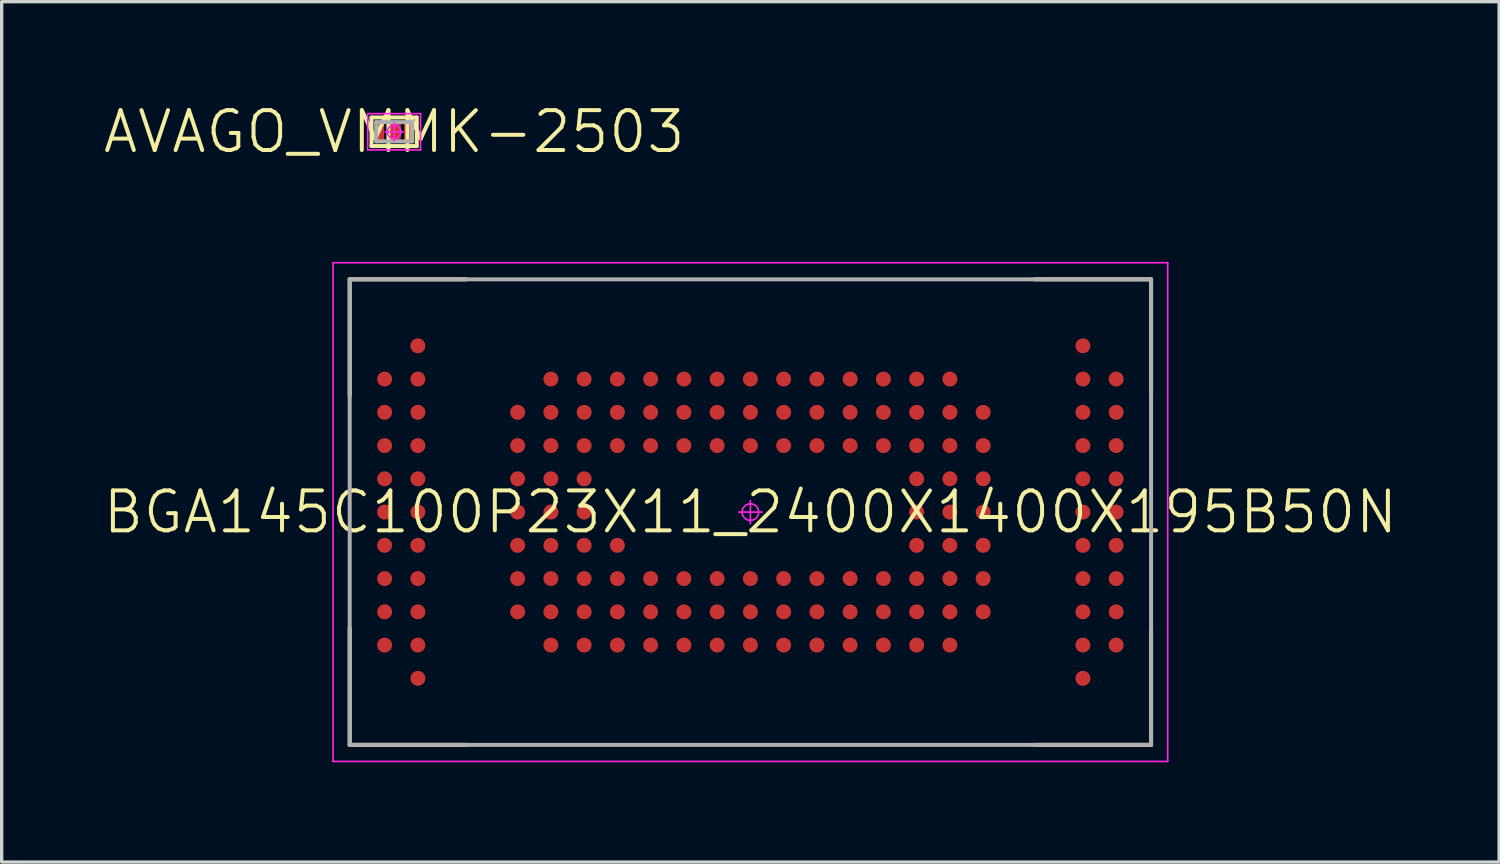
<source format=kicad_pcb>
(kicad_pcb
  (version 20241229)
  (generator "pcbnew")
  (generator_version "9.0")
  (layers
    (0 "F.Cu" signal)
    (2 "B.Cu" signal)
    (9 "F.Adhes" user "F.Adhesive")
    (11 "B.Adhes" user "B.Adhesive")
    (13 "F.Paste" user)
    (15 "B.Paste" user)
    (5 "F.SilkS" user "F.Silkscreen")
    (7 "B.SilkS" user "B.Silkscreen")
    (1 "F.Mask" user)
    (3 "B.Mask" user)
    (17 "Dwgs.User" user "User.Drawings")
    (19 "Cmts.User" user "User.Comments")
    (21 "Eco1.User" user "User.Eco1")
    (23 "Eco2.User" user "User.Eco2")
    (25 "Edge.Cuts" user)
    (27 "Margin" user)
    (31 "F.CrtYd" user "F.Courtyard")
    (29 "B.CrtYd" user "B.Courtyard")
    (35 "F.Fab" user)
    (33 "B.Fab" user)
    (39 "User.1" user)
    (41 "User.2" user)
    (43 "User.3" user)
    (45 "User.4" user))
  (footprint "BGA145C100P23X11_2400X1400X195B50N"
    (layer "F.Cu")
    (at 19.517 12.35)
    (property "Reference" "BGA145C100P23X11_2400X1400X195B50N" (at 0 0 0) (layer "F.SilkS") (effects (font (size 1.2 1.2) (thickness 0.12))))
    (attr smd)
    (fp_line (start -12.05 -7) (end -12.05 -3.5) (stroke (width 0.12) (type solid)) (layer "F.SilkS"))
    (fp_line (start -12.05 7) (end -12.05 3.5) (stroke (width 0.12) (type solid)) (layer "F.SilkS"))
    (fp_line (start -8.55 -7) (end -12.05 -7) (stroke (width 0.12) (type solid)) (layer "F.SilkS"))
    (fp_line (start -8.55 7) (end -12.05 7) (stroke (width 0.12) (type solid)) (layer "F.SilkS"))
    (fp_line (start 8.55 -7) (end 12.05 -7) (stroke (width 0.12) (type solid)) (layer "F.SilkS"))
    (fp_line (start 8.55 7) (end 12.05 7) (stroke (width 0.12) (type solid)) (layer "F.SilkS"))
    (fp_line (start 12.05 -7) (end 12.05 -3.5) (stroke (width 0.12) (type solid)) (layer "F.SilkS"))
    (fp_line (start 12.05 7) (end 12.05 3.5) (stroke (width 0.12) (type solid)) (layer "F.SilkS"))
    (fp_line (start -12.55 -7.5) (end 12.55 -7.5) (stroke (width 0.05) (type solid)) (layer "F.CrtYd"))
    (fp_line (start -12.55 7.5) (end -12.55 -7.5) (stroke (width 0.05) (type solid)) (layer "F.CrtYd"))
    (fp_line (start -0.35 0) (end 0.35 0) (stroke (width 0.05) (type solid)) (layer "F.CrtYd"))
    (fp_line (start 0 -0.35) (end 0 0.35) (stroke (width 0.05) (type solid)) (layer "F.CrtYd"))
    (fp_line (start 12.55 -7.5) (end 12.55 7.5) (stroke (width 0.05) (type solid)) (layer "F.CrtYd"))
    (fp_line (start 12.55 7.5) (end -12.55 7.5) (stroke (width 0.05) (type solid)) (layer "F.CrtYd"))
    (fp_circle (center 0 0) (end 0 0.25) (stroke (width 0.05) (type solid)) (fill no) (layer "F.CrtYd"))
    (fp_line (start -12.05 -7) (end 12.05 -7) (stroke (width 0.12) (type solid)) (layer "F.Fab"))
    (fp_line (start -12.05 7) (end -12.05 -7) (stroke (width 0.12) (type solid)) (layer "F.Fab"))
    (fp_line (start 12.05 -7) (end 12.05 7) (stroke (width 0.12) (type solid)) (layer "F.Fab"))
    (fp_line (start 12.05 7) (end -12.05 7) (stroke (width 0.12) (type solid)) (layer "F.Fab"))
    (pad "A2" smd circle (at -11 4) (size 0.45 0.45) (layers "F.Cu" "F.Mask" "F.Paste"))
    (pad "A3" smd circle (at -11 3) (size 0.45 0.45) (layers "F.Cu" "F.Mask" "F.Paste"))
    (pad "A4" smd circle (at -11 2) (size 0.45 0.45) (layers "F.Cu" "F.Mask" "F.Paste"))
    (pad "A5" smd circle (at -11 1) (size 0.45 0.45) (layers "F.Cu" "F.Mask" "F.Paste"))
    (pad "A6" smd circle (at -11 0) (size 0.45 0.45) (layers "F.Cu" "F.Mask" "F.Paste"))
    (pad "A7" smd circle (at -11 -1) (size 0.45 0.45) (layers "F.Cu" "F.Mask" "F.Paste"))
    (pad "A8" smd circle (at -11 -2) (size 0.45 0.45) (layers "F.Cu" "F.Mask" "F.Paste"))
    (pad "A9" smd circle (at -11 -3) (size 0.45 0.45) (layers "F.Cu" "F.Mask" "F.Paste"))
    (pad "A10" smd circle (at -11 -4) (size 0.45 0.45) (layers "F.Cu" "F.Mask" "F.Paste"))
    (pad "AB1" smd circle (at 10 5) (size 0.45 0.45) (layers "F.Cu" "F.Mask" "F.Paste"))
    (pad "AB2" smd circle (at 10 4) (size 0.45 0.45) (layers "F.Cu" "F.Mask" "F.Paste"))
    (pad "AB3" smd circle (at 10 3) (size 0.45 0.45) (layers "F.Cu" "F.Mask" "F.Paste"))
    (pad "AB4" smd circle (at 10 2) (size 0.45 0.45) (layers "F.Cu" "F.Mask" "F.Paste"))
    (pad "AB5" smd circle (at 10 1) (size 0.45 0.45) (layers "F.Cu" "F.Mask" "F.Paste"))
    (pad "AB6" smd circle (at 10 0) (size 0.45 0.45) (layers "F.Cu" "F.Mask" "F.Paste"))
    (pad "AB7" smd circle (at 10 -1) (size 0.45 0.45) (layers "F.Cu" "F.Mask" "F.Paste"))
    (pad "AB8" smd circle (at 10 -2) (size 0.45 0.45) (layers "F.Cu" "F.Mask" "F.Paste"))
    (pad "AB9" smd circle (at 10 -3) (size 0.45 0.45) (layers "F.Cu" "F.Mask" "F.Paste"))
    (pad "AB10" smd circle (at 10 -4) (size 0.45 0.45) (layers "F.Cu" "F.Mask" "F.Paste"))
    (pad "AB11" smd circle (at 10 -5) (size 0.45 0.45) (layers "F.Cu" "F.Mask" "F.Paste"))
    (pad "AC2" smd circle (at 11 4) (size 0.45 0.45) (layers "F.Cu" "F.Mask" "F.Paste"))
    (pad "AC3" smd circle (at 11 3) (size 0.45 0.45) (layers "F.Cu" "F.Mask" "F.Paste"))
    (pad "AC4" smd circle (at 11 2) (size 0.45 0.45) (layers "F.Cu" "F.Mask" "F.Paste"))
    (pad "AC5" smd circle (at 11 1) (size 0.45 0.45) (layers "F.Cu" "F.Mask" "F.Paste"))
    (pad "AC6" smd circle (at 11 0) (size 0.45 0.45) (layers "F.Cu" "F.Mask" "F.Paste"))
    (pad "AC7" smd circle (at 11 -1) (size 0.45 0.45) (layers "F.Cu" "F.Mask" "F.Paste"))
    (pad "AC8" smd circle (at 11 -2) (size 0.45 0.45) (layers "F.Cu" "F.Mask" "F.Paste"))
    (pad "AC9" smd circle (at 11 -3) (size 0.45 0.45) (layers "F.Cu" "F.Mask" "F.Paste"))
    (pad "AC10" smd circle (at 11 -4) (size 0.45 0.45) (layers "F.Cu" "F.Mask" "F.Paste"))
    (pad "B1" smd circle (at -10 5) (size 0.45 0.45) (layers "F.Cu" "F.Mask" "F.Paste"))
    (pad "B2" smd circle (at -10 4) (size 0.45 0.45) (layers "F.Cu" "F.Mask" "F.Paste"))
    (pad "B3" smd circle (at -10 3) (size 0.45 0.45) (layers "F.Cu" "F.Mask" "F.Paste"))
    (pad "B4" smd circle (at -10 2) (size 0.45 0.45) (layers "F.Cu" "F.Mask" "F.Paste"))
    (pad "B5" smd circle (at -10 1) (size 0.45 0.45) (layers "F.Cu" "F.Mask" "F.Paste"))
    (pad "B6" smd circle (at -10 0) (size 0.45 0.45) (layers "F.Cu" "F.Mask" "F.Paste"))
    (pad "B7" smd circle (at -10 -1) (size 0.45 0.45) (layers "F.Cu" "F.Mask" "F.Paste"))
    (pad "B8" smd circle (at -10 -2) (size 0.45 0.45) (layers "F.Cu" "F.Mask" "F.Paste"))
    (pad "B9" smd circle (at -10 -3) (size 0.45 0.45) (layers "F.Cu" "F.Mask" "F.Paste"))
    (pad "B10" smd circle (at -10 -4) (size 0.45 0.45) (layers "F.Cu" "F.Mask" "F.Paste"))
    (pad "B11" smd circle (at -10 -5) (size 0.45 0.45) (layers "F.Cu" "F.Mask" "F.Paste"))
    (pad "E3" smd circle (at -7 3) (size 0.45 0.45) (layers "F.Cu" "F.Mask" "F.Paste"))
    (pad "E4" smd circle (at -7 2) (size 0.45 0.45) (layers "F.Cu" "F.Mask" "F.Paste"))
    (pad "E5" smd circle (at -7 1) (size 0.45 0.45) (layers "F.Cu" "F.Mask" "F.Paste"))
    (pad "E6" smd circle (at -7 0) (size 0.45 0.45) (layers "F.Cu" "F.Mask" "F.Paste"))
    (pad "E7" smd circle (at -7 -1) (size 0.45 0.45) (layers "F.Cu" "F.Mask" "F.Paste"))
    (pad "E8" smd circle (at -7 -2) (size 0.45 0.45) (layers "F.Cu" "F.Mask" "F.Paste"))
    (pad "E9" smd circle (at -7 -3) (size 0.45 0.45) (layers "F.Cu" "F.Mask" "F.Paste"))
    (pad "F2" smd circle (at -6 4) (size 0.45 0.45) (layers "F.Cu" "F.Mask" "F.Paste"))
    (pad "F3" smd circle (at -6 3) (size 0.45 0.45) (layers "F.Cu" "F.Mask" "F.Paste"))
    (pad "F4" smd circle (at -6 2) (size 0.45 0.45) (layers "F.Cu" "F.Mask" "F.Paste"))
    (pad "F5" smd circle (at -6 1) (size 0.45 0.45) (layers "F.Cu" "F.Mask" "F.Paste"))
    (pad "F6" smd circle (at -6 0) (size 0.45 0.45) (layers "F.Cu" "F.Mask" "F.Paste"))
    (pad "F7" smd circle (at -6 -1) (size 0.45 0.45) (layers "F.Cu" "F.Mask" "F.Paste"))
    (pad "F8" smd circle (at -6 -2) (size 0.45 0.45) (layers "F.Cu" "F.Mask" "F.Paste"))
    (pad "F9" smd circle (at -6 -3) (size 0.45 0.45) (layers "F.Cu" "F.Mask" "F.Paste"))
    (pad "F10" smd circle (at -6 -4) (size 0.45 0.45) (layers "F.Cu" "F.Mask" "F.Paste"))
    (pad "G2" smd circle (at -5 4) (size 0.45 0.45) (layers "F.Cu" "F.Mask" "F.Paste"))
    (pad "G3" smd circle (at -5 3) (size 0.45 0.45) (layers "F.Cu" "F.Mask" "F.Paste"))
    (pad "G4" smd circle (at -5 2) (size 0.45 0.45) (layers "F.Cu" "F.Mask" "F.Paste"))
    (pad "G5" smd circle (at -5 1) (size 0.45 0.45) (layers "F.Cu" "F.Mask" "F.Paste"))
    (pad "G6" smd circle (at -5 0) (size 0.45 0.45) (layers "F.Cu" "F.Mask" "F.Paste"))
    (pad "G7" smd circle (at -5 -1) (size 0.45 0.45) (layers "F.Cu" "F.Mask" "F.Paste"))
    (pad "G8" smd circle (at -5 -2) (size 0.45 0.45) (layers "F.Cu" "F.Mask" "F.Paste"))
    (pad "G9" smd circle (at -5 -3) (size 0.45 0.45) (layers "F.Cu" "F.Mask" "F.Paste"))
    (pad "G10" smd circle (at -5 -4) (size 0.45 0.45) (layers "F.Cu" "F.Mask" "F.Paste"))
    (pad "H2" smd circle (at -4 4) (size 0.45 0.45) (layers "F.Cu" "F.Mask" "F.Paste"))
    (pad "H3" smd circle (at -4 3) (size 0.45 0.45) (layers "F.Cu" "F.Mask" "F.Paste"))
    (pad "H4" smd circle (at -4 2) (size 0.45 0.45) (layers "F.Cu" "F.Mask" "F.Paste"))
    (pad "H5" smd circle (at -4 1) (size 0.45 0.45) (layers "F.Cu" "F.Mask" "F.Paste"))
    (pad "H8" smd circle (at -4 -2) (size 0.45 0.45) (layers "F.Cu" "F.Mask" "F.Paste"))
    (pad "H9" smd circle (at -4 -3) (size 0.45 0.45) (layers "F.Cu" "F.Mask" "F.Paste"))
    (pad "H10" smd circle (at -4 -4) (size 0.45 0.45) (layers "F.Cu" "F.Mask" "F.Paste"))
    (pad "J2" smd circle (at -3 4) (size 0.45 0.45) (layers "F.Cu" "F.Mask" "F.Paste"))
    (pad "J3" smd circle (at -3 3) (size 0.45 0.45) (layers "F.Cu" "F.Mask" "F.Paste"))
    (pad "J4" smd circle (at -3 2) (size 0.45 0.45) (layers "F.Cu" "F.Mask" "F.Paste"))
    (pad "J8" smd circle (at -3 -2) (size 0.45 0.45) (layers "F.Cu" "F.Mask" "F.Paste"))
    (pad "J9" smd circle (at -3 -3) (size 0.45 0.45) (layers "F.Cu" "F.Mask" "F.Paste"))
    (pad "J10" smd circle (at -3 -4) (size 0.45 0.45) (layers "F.Cu" "F.Mask" "F.Paste"))
    (pad "K2" smd circle (at -2 4) (size 0.45 0.45) (layers "F.Cu" "F.Mask" "F.Paste"))
    (pad "K3" smd circle (at -2 3) (size 0.45 0.45) (layers "F.Cu" "F.Mask" "F.Paste"))
    (pad "K4" smd circle (at -2 2) (size 0.45 0.45) (layers "F.Cu" "F.Mask" "F.Paste"))
    (pad "K8" smd circle (at -2 -2) (size 0.45 0.45) (layers "F.Cu" "F.Mask" "F.Paste"))
    (pad "K9" smd circle (at -2 -3) (size 0.45 0.45) (layers "F.Cu" "F.Mask" "F.Paste"))
    (pad "K10" smd circle (at -2 -4) (size 0.45 0.45) (layers "F.Cu" "F.Mask" "F.Paste"))
    (pad "L2" smd circle (at -1 4) (size 0.45 0.45) (layers "F.Cu" "F.Mask" "F.Paste"))
    (pad "L3" smd circle (at -1 3) (size 0.45 0.45) (layers "F.Cu" "F.Mask" "F.Paste"))
    (pad "L4" smd circle (at -1 2) (size 0.45 0.45) (layers "F.Cu" "F.Mask" "F.Paste"))
    (pad "L8" smd circle (at -1 -2) (size 0.45 0.45) (layers "F.Cu" "F.Mask" "F.Paste"))
    (pad "L9" smd circle (at -1 -3) (size 0.45 0.45) (layers "F.Cu" "F.Mask" "F.Paste"))
    (pad "L10" smd circle (at -1 -4) (size 0.45 0.45) (layers "F.Cu" "F.Mask" "F.Paste"))
    (pad "M2" smd circle (at 0 4) (size 0.45 0.45) (layers "F.Cu" "F.Mask" "F.Paste"))
    (pad "M3" smd circle (at 0 3) (size 0.45 0.45) (layers "F.Cu" "F.Mask" "F.Paste"))
    (pad "M4" smd circle (at 0 2) (size 0.45 0.45) (layers "F.Cu" "F.Mask" "F.Paste"))
    (pad "M8" smd circle (at 0 -2) (size 0.45 0.45) (layers "F.Cu" "F.Mask" "F.Paste"))
    (pad "M9" smd circle (at 0 -3) (size 0.45 0.45) (layers "F.Cu" "F.Mask" "F.Paste"))
    (pad "M10" smd circle (at 0 -4) (size 0.45 0.45) (layers "F.Cu" "F.Mask" "F.Paste"))
    (pad "N2" smd circle (at 1 4) (size 0.45 0.45) (layers "F.Cu" "F.Mask" "F.Paste"))
    (pad "N3" smd circle (at 1 3) (size 0.45 0.45) (layers "F.Cu" "F.Mask" "F.Paste"))
    (pad "N4" smd circle (at 1 2) (size 0.45 0.45) (layers "F.Cu" "F.Mask" "F.Paste"))
    (pad "N8" smd circle (at 1 -2) (size 0.45 0.45) (layers "F.Cu" "F.Mask" "F.Paste"))
    (pad "N9" smd circle (at 1 -3) (size 0.45 0.45) (layers "F.Cu" "F.Mask" "F.Paste"))
    (pad "N10" smd circle (at 1 -4) (size 0.45 0.45) (layers "F.Cu" "F.Mask" "F.Paste"))
    (pad "P2" smd circle (at 2 4) (size 0.45 0.45) (layers "F.Cu" "F.Mask" "F.Paste"))
    (pad "P3" smd circle (at 2 3) (size 0.45 0.45) (layers "F.Cu" "F.Mask" "F.Paste"))
    (pad "P4" smd circle (at 2 2) (size 0.45 0.45) (layers "F.Cu" "F.Mask" "F.Paste"))
    (pad "P8" smd circle (at 2 -2) (size 0.45 0.45) (layers "F.Cu" "F.Mask" "F.Paste"))
    (pad "P9" smd circle (at 2 -3) (size 0.45 0.45) (layers "F.Cu" "F.Mask" "F.Paste"))
    (pad "P10" smd circle (at 2 -4) (size 0.45 0.45) (layers "F.Cu" "F.Mask" "F.Paste"))
    (pad "R2" smd circle (at 3 4) (size 0.45 0.45) (layers "F.Cu" "F.Mask" "F.Paste"))
    (pad "R3" smd circle (at 3 3) (size 0.45 0.45) (layers "F.Cu" "F.Mask" "F.Paste"))
    (pad "R4" smd circle (at 3 2) (size 0.45 0.45) (layers "F.Cu" "F.Mask" "F.Paste"))
    (pad "R8" smd circle (at 3 -2) (size 0.45 0.45) (layers "F.Cu" "F.Mask" "F.Paste"))
    (pad "R9" smd circle (at 3 -3) (size 0.45 0.45) (layers "F.Cu" "F.Mask" "F.Paste"))
    (pad "R10" smd circle (at 3 -4) (size 0.45 0.45) (layers "F.Cu" "F.Mask" "F.Paste"))
    (pad "T2" smd circle (at 4 4) (size 0.45 0.45) (layers "F.Cu" "F.Mask" "F.Paste"))
    (pad "T3" smd circle (at 4 3) (size 0.45 0.45) (layers "F.Cu" "F.Mask" "F.Paste"))
    (pad "T4" smd circle (at 4 2) (size 0.45 0.45) (layers "F.Cu" "F.Mask" "F.Paste"))
    (pad "T8" smd circle (at 4 -2) (size 0.45 0.45) (layers "F.Cu" "F.Mask" "F.Paste"))
    (pad "T9" smd circle (at 4 -3) (size 0.45 0.45) (layers "F.Cu" "F.Mask" "F.Paste"))
    (pad "T10" smd circle (at 4 -4) (size 0.45 0.45) (layers "F.Cu" "F.Mask" "F.Paste"))
    (pad "U2" smd circle (at 5 4) (size 0.45 0.45) (layers "F.Cu" "F.Mask" "F.Paste"))
    (pad "U3" smd circle (at 5 3) (size 0.45 0.45) (layers "F.Cu" "F.Mask" "F.Paste"))
    (pad "U4" smd circle (at 5 2) (size 0.45 0.45) (layers "F.Cu" "F.Mask" "F.Paste"))
    (pad "U5" smd circle (at 5 1) (size 0.45 0.45) (layers "F.Cu" "F.Mask" "F.Paste"))
    (pad "U6" smd circle (at 5 0) (size 0.45 0.45) (layers "F.Cu" "F.Mask" "F.Paste"))
    (pad "U7" smd circle (at 5 -1) (size 0.45 0.45) (layers "F.Cu" "F.Mask" "F.Paste"))
    (pad "U8" smd circle (at 5 -2) (size 0.45 0.45) (layers "F.Cu" "F.Mask" "F.Paste"))
    (pad "U9" smd circle (at 5 -3) (size 0.45 0.45) (layers "F.Cu" "F.Mask" "F.Paste"))
    (pad "U10" smd circle (at 5 -4) (size 0.45 0.45) (layers "F.Cu" "F.Mask" "F.Paste"))
    (pad "V2" smd circle (at 6 4) (size 0.45 0.45) (layers "F.Cu" "F.Mask" "F.Paste"))
    (pad "V3" smd circle (at 6 3) (size 0.45 0.45) (layers "F.Cu" "F.Mask" "F.Paste"))
    (pad "V4" smd circle (at 6 2) (size 0.45 0.45) (layers "F.Cu" "F.Mask" "F.Paste"))
    (pad "V5" smd circle (at 6 1) (size 0.45 0.45) (layers "F.Cu" "F.Mask" "F.Paste"))
    (pad "V6" smd circle (at 6 0) (size 0.45 0.45) (layers "F.Cu" "F.Mask" "F.Paste"))
    (pad "V7" smd circle (at 6 -1) (size 0.45 0.45) (layers "F.Cu" "F.Mask" "F.Paste"))
    (pad "V8" smd circle (at 6 -2) (size 0.45 0.45) (layers "F.Cu" "F.Mask" "F.Paste"))
    (pad "V9" smd circle (at 6 -3) (size 0.45 0.45) (layers "F.Cu" "F.Mask" "F.Paste"))
    (pad "V10" smd circle (at 6 -4) (size 0.45 0.45) (layers "F.Cu" "F.Mask" "F.Paste"))
    (pad "W3" smd circle (at 7 3) (size 0.45 0.45) (layers "F.Cu" "F.Mask" "F.Paste"))
    (pad "W4" smd circle (at 7 2) (size 0.45 0.45) (layers "F.Cu" "F.Mask" "F.Paste"))
    (pad "W5" smd circle (at 7 1) (size 0.45 0.45) (layers "F.Cu" "F.Mask" "F.Paste"))
    (pad "W6" smd circle (at 7 0) (size 0.45 0.45) (layers "F.Cu" "F.Mask" "F.Paste"))
    (pad "W7" smd circle (at 7 -1) (size 0.45 0.45) (layers "F.Cu" "F.Mask" "F.Paste"))
    (pad "W8" smd circle (at 7 -2) (size 0.45 0.45) (layers "F.Cu" "F.Mask" "F.Paste"))
    (pad "W9" smd circle (at 7 -3) (size 0.45 0.45) (layers "F.Cu" "F.Mask" "F.Paste")))
  (footprint "AVAGO_VMMK-2503"
    (layer "F.Cu")
    (at 8.803 0.913)
    (property "Reference" "AVAGO_VMMK-2503" (at 0 0 0) (layer "F.SilkS") (effects (font (size 1.2 1.2) (thickness 0.12))))
    (attr smd)
    (fp_line (start -0.68 -0.43) (end 0.68 -0.43) (stroke (width 0.12) (type solid)) (layer "F.SilkS"))
    (fp_line (start -0.68 0.43) (end -0.68 -0.43) (stroke (width 0.12) (type solid)) (layer "F.SilkS"))
    (fp_line (start 0.68 -0.43) (end 0.68 0.43) (stroke (width 0.12) (type solid)) (layer "F.SilkS"))
    (fp_line (start 0.68 0.43) (end -0.68 0.43) (stroke (width 0.12) (type solid)) (layer "F.SilkS"))
    (fp_line (start -0.795 -0.545) (end 0.795 -0.545) (stroke (width 0.05) (type solid)) (layer "F.CrtYd"))
    (fp_line (start -0.795 0.545) (end -0.795 -0.545) (stroke (width 0.05) (type solid)) (layer "F.CrtYd"))
    (fp_line (start 0 -0.273) (end 0 0.273) (stroke (width 0.05) (type solid)) (layer "F.CrtYd"))
    (fp_line (start 0.273 0) (end -0.273 0) (stroke (width 0.05) (type solid)) (layer "F.CrtYd"))
    (fp_line (start 0.795 -0.545) (end 0.795 0.545) (stroke (width 0.05) (type solid)) (layer "F.CrtYd"))
    (fp_line (start 0.795 0.545) (end -0.795 0.545) (stroke (width 0.05) (type solid)) (layer "F.CrtYd"))
    (fp_circle (center 0 0) (end 0 0.204) (stroke (width 0.05) (type solid)) (fill no) (layer "F.CrtYd"))
    (fp_line (start -0.54 -0.29) (end 0.54 -0.29) (stroke (width 0.12) (type solid)) (layer "F.Fab"))
    (fp_line (start -0.54 0.29) (end -0.54 -0.29) (stroke (width 0.12) (type solid)) (layer "F.Fab"))
    (fp_line (start 0.54 -0.29) (end 0.54 0.29) (stroke (width 0.12) (type solid)) (layer "F.Fab"))
    (fp_line (start 0.54 0.29) (end -0.54 0.29) (stroke (width 0.12) (type solid)) (layer "F.Fab"))
    (pad "1" smd rect (at -0.4 0) (size 0.2 0.5) (layers "F.Cu" "F.Mask" "F.Paste"))
    (pad "2" smd rect (at 0.4 0) (size 0.2 0.5) (layers "F.Cu" "F.Mask" "F.Paste"))
    (pad "3" smd rect (at 0 0) (size 0.4 0.5) (layers "F.Cu" "F.Mask" "F.Paste")))
  (gr_rect
    (start -3 -3)
    (end 42.034 22.875)
    (stroke (width 0.1) (type default))
    (fill no)
    (layer "Edge.Cuts")))
</source>
